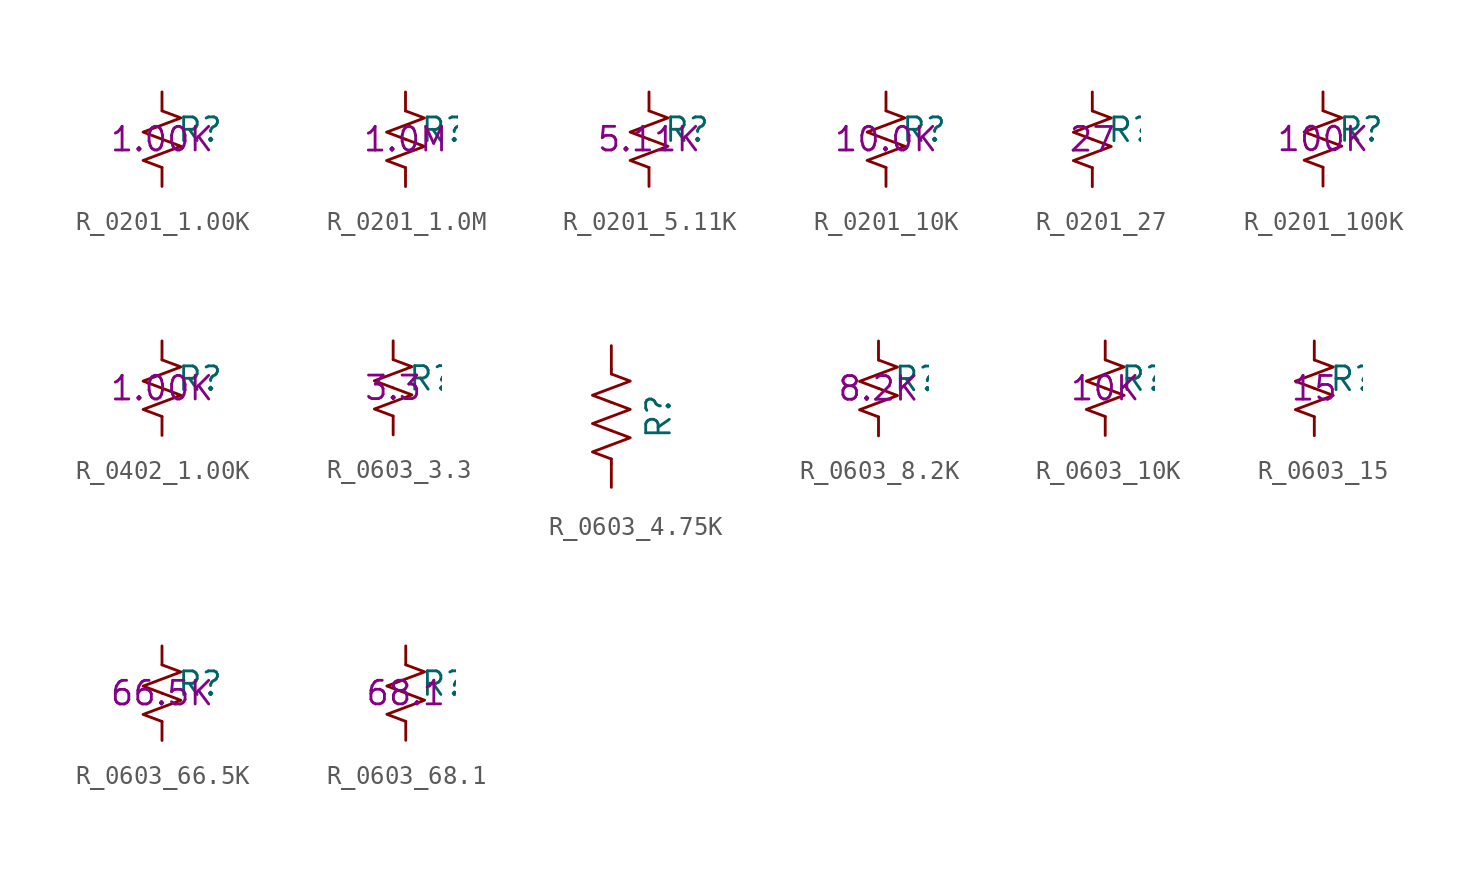
<source format=kicad_sym>
(kicad_symbol_lib
  (version 20211014)
  (generator kicad_symbol_editor)
  (symbol "R_0201_1.00K"
    (pin_numbers hide)
    (pin_names
      (offset 0.254) hide)
    (property "Reference" "R"
      (at 0.762 0.508 0)
      (effects (font (size 1.27 1.27)) (justify left)))
    (property "Val" "1.00K"
      (at 0 0 0)
      (effects (font (size 1.27 1.27))))
    (symbol "R_0201_1.00K_1_1"
      (polyline (pts (xy 0 0) (xy 1.016 -0.381) (xy 0 -0.762) (xy -1.016 -1.143) (xy 0 -1.524)) (stroke (width 0) (type default) (color 0 0 0 0)) (fill (type none)))
      (polyline (pts (xy 0 1.524) (xy 1.016 1.143) (xy 0 0.762) (xy -1.016 0.381) (xy 0 0)) (stroke (width 0) (type default) (color 0 0 0 0)) (fill (type none)))
      (pin passive line (at 0 2.54 270) (length 1.016) (name "~" (effects (font (size 1.27 1.27)))) (number "1" (effects (font (size 1.27 1.27)))))
      (pin passive line (at 0 -2.54 90) (length 1.016) (name "~" (effects (font (size 1.27 1.27)))) (number "2" (effects (font (size 1.27 1.27)))))))
  (symbol "R_0201_1.0M"
    (pin_numbers hide)
    (pin_names
      (offset 0.254) hide)
    (property "Reference" "R"
      (at 0.762 0.508 0)
      (effects (font (size 1.27 1.27)) (justify left)))
    (property "Val" "1.0M"
      (at 0 0 0)
      (effects (font (size 1.27 1.27))))
    (symbol "R_0201_1.0M_1_1"
      (polyline (pts (xy 0 0) (xy 1.016 -0.381) (xy 0 -0.762) (xy -1.016 -1.143) (xy 0 -1.524)) (stroke (width 0) (type default) (color 0 0 0 0)) (fill (type none)))
      (polyline (pts (xy 0 1.524) (xy 1.016 1.143) (xy 0 0.762) (xy -1.016 0.381) (xy 0 0)) (stroke (width 0) (type default) (color 0 0 0 0)) (fill (type none)))
      (pin passive line (at 0 2.54 270) (length 1.016) (name "~" (effects (font (size 1.27 1.27)))) (number "1" (effects (font (size 1.27 1.27)))))
      (pin passive line (at 0 -2.54 90) (length 1.016) (name "~" (effects (font (size 1.27 1.27)))) (number "2" (effects (font (size 1.27 1.27)))))))
  (symbol "R_0201_5.11K"
    (pin_numbers hide)
    (pin_names
      (offset 0.254) hide)
    (property "Reference" "R"
      (at 0.762 0.508 0)
      (effects (font (size 1.27 1.27)) (justify left)))
    (property "Val" "5.11K"
      (at 0 0 0)
      (effects (font (size 1.27 1.27))))
    (symbol "R_0201_5.11K_1_1"
      (polyline (pts (xy 0 0) (xy 1.016 -0.381) (xy 0 -0.762) (xy -1.016 -1.143) (xy 0 -1.524)) (stroke (width 0) (type default) (color 0 0 0 0)) (fill (type none)))
      (polyline (pts (xy 0 1.524) (xy 1.016 1.143) (xy 0 0.762) (xy -1.016 0.381) (xy 0 0)) (stroke (width 0) (type default) (color 0 0 0 0)) (fill (type none)))
      (pin passive line (at 0 2.54 270) (length 1.016) (name "~" (effects (font (size 1.27 1.27)))) (number "1" (effects (font (size 1.27 1.27)))))
      (pin passive line (at 0 -2.54 90) (length 1.016) (name "~" (effects (font (size 1.27 1.27)))) (number "2" (effects (font (size 1.27 1.27)))))))
  (symbol "R_0201_10K"
    (pin_numbers hide)
    (pin_names
      (offset 0.254) hide)
    (property "Reference" "R"
      (at 0.762 0.508 0)
      (effects (font (size 1.27 1.27)) (justify left)))
    (property "Val" "10.0K"
      (at 0 0 0)
      (effects (font (size 1.27 1.27))))
    (symbol "R_0201_10K_1_1"
      (polyline (pts (xy 0 0) (xy 1.016 -0.381) (xy 0 -0.762) (xy -1.016 -1.143) (xy 0 -1.524)) (stroke (width 0) (type default) (color 0 0 0 0)) (fill (type none)))
      (polyline (pts (xy 0 1.524) (xy 1.016 1.143) (xy 0 0.762) (xy -1.016 0.381) (xy 0 0)) (stroke (width 0) (type default) (color 0 0 0 0)) (fill (type none)))
      (pin passive line (at 0 2.54 270) (length 1.016) (name "~" (effects (font (size 1.27 1.27)))) (number "1" (effects (font (size 1.27 1.27)))))
      (pin passive line (at 0 -2.54 90) (length 1.016) (name "~" (effects (font (size 1.27 1.27)))) (number "2" (effects (font (size 1.27 1.27)))))))
  (symbol "R_0201_27"
    (pin_numbers hide)
    (pin_names
      (offset 0.254) hide)
    (property "Reference" "R"
      (at 0.762 0.508 0)
      (effects (font (size 1.27 1.27)) (justify left)))
    (property "Val" "27"
      (at 0 0 0)
      (effects (font (size 1.27 1.27))))
    (symbol "R_0201_27_1_1"
      (polyline (pts (xy 0 0) (xy 1.016 -0.381) (xy 0 -0.762) (xy -1.016 -1.143) (xy 0 -1.524)) (stroke (width 0) (type default) (color 0 0 0 0)) (fill (type none)))
      (polyline (pts (xy 0 1.524) (xy 1.016 1.143) (xy 0 0.762) (xy -1.016 0.381) (xy 0 0)) (stroke (width 0) (type default) (color 0 0 0 0)) (fill (type none)))
      (pin passive line (at 0 2.54 270) (length 1.016) (name "~" (effects (font (size 1.27 1.27)))) (number "1" (effects (font (size 1.27 1.27)))))
      (pin passive line (at 0 -2.54 90) (length 1.016) (name "~" (effects (font (size 1.27 1.27)))) (number "2" (effects (font (size 1.27 1.27)))))))
  (symbol "R_0201_100K"
    (pin_numbers hide)
    (pin_names
      (offset 0.254) hide)
    (property "Reference" "R"
      (at 0.762 0.508 0)
      (effects (font (size 1.27 1.27)) (justify left)))
    (property "Val" "100K"
      (at 0 0 0)
      (effects (font (size 1.27 1.27))))
    (symbol "R_0201_100K_1_1"
      (polyline (pts (xy 0 0) (xy 1.016 -0.381) (xy 0 -0.762) (xy -1.016 -1.143) (xy 0 -1.524)) (stroke (width 0) (type default) (color 0 0 0 0)) (fill (type none)))
      (polyline (pts (xy 0 1.524) (xy 1.016 1.143) (xy 0 0.762) (xy -1.016 0.381) (xy 0 0)) (stroke (width 0) (type default) (color 0 0 0 0)) (fill (type none)))
      (pin passive line (at 0 2.54 270) (length 1.016) (name "~" (effects (font (size 1.27 1.27)))) (number "1" (effects (font (size 1.27 1.27)))))
      (pin passive line (at 0 -2.54 90) (length 1.016) (name "~" (effects (font (size 1.27 1.27)))) (number "2" (effects (font (size 1.27 1.27)))))))
  (symbol "R_0402_1.00K"
    (pin_numbers hide)
    (pin_names
      (offset 0.254) hide)
    (property "Reference" "R"
      (at 0.762 0.508 0)
      (effects (font (size 1.27 1.27)) (justify left)))
    (property "Val" "1.00K"
      (at 0 0 0)
      (effects (font (size 1.27 1.27))))
    (symbol "R_0402_1.00K_1_1"
      (polyline (pts (xy 0 0) (xy 1.016 -0.381) (xy 0 -0.762) (xy -1.016 -1.143) (xy 0 -1.524)) (stroke (width 0) (type default) (color 0 0 0 0)) (fill (type none)))
      (polyline (pts (xy 0 1.524) (xy 1.016 1.143) (xy 0 0.762) (xy -1.016 0.381) (xy 0 0)) (stroke (width 0) (type default) (color 0 0 0 0)) (fill (type none)))
      (pin passive line (at 0 2.54 270) (length 1.016) (name "~" (effects (font (size 1.27 1.27)))) (number "1" (effects (font (size 1.27 1.27)))))
      (pin passive line (at 0 -2.54 90) (length 1.016) (name "~" (effects (font (size 1.27 1.27)))) (number "2" (effects (font (size 1.27 1.27)))))))
  (symbol "R_0603_3.3"
    (pin_numbers hide)
    (pin_names
      (offset 0.254) hide)
    (property "Reference" "R"
      (at 0.762 0.508 0)
      (effects (font (size 1.27 1.27)) (justify left)))
    (property "Val" "3.3"
      (at 0 0 0)
      (effects (font (size 1.27 1.27))))
    (symbol "R_0603_3.3_1_1"
      (polyline (pts (xy 0 0) (xy 1.016 -0.381) (xy 0 -0.762) (xy -1.016 -1.143) (xy 0 -1.524)) (stroke (width 0) (type default) (color 0 0 0 0)) (fill (type none)))
      (polyline (pts (xy 0 1.524) (xy 1.016 1.143) (xy 0 0.762) (xy -1.016 0.381) (xy 0 0)) (stroke (width 0) (type default) (color 0 0 0 0)) (fill (type none)))
      (pin passive line (at 0 2.54 270) (length 1.016) (name "~" (effects (font (size 1.27 1.27)))) (number "1" (effects (font (size 1.27 1.27)))))
      (pin passive line (at 0 -2.54 90) (length 1.016) (name "~" (effects (font (size 1.27 1.27)))) (number "2" (effects (font (size 1.27 1.27)))))))
  (symbol "R_0603_4.75K"
    (pin_numbers hide)
    (pin_names
      (offset 0))
    (property "Reference" "R"
      (at 2.54 0 90)
      (effects (font (size 1.27 1.27))))
    (symbol "R_0603_4.75K_0_1"
      (polyline (pts (xy 0 -2.286) (xy 0 -2.54)) (stroke (width 0) (type default) (color 0 0 0 0)) (fill (type none)))
      (polyline (pts (xy 0 2.286) (xy 0 2.54)) (stroke (width 0) (type default) (color 0 0 0 0)) (fill (type none)))
      (polyline (pts (xy 0 -0.762) (xy 1.016 -1.143) (xy 0 -1.524) (xy -1.016 -1.905) (xy 0 -2.286)) (stroke (width 0) (type default) (color 0 0 0 0)) (fill (type none)))
      (polyline (pts (xy 0 0.762) (xy 1.016 0.381) (xy 0 0) (xy -1.016 -0.381) (xy 0 -0.762)) (stroke (width 0) (type default) (color 0 0 0 0)) (fill (type none)))
      (polyline (pts (xy 0 2.286) (xy 1.016 1.905) (xy 0 1.524) (xy -1.016 1.143) (xy 0 0.762)) (stroke (width 0) (type default) (color 0 0 0 0)) (fill (type none))))
    (symbol "R_0603_4.75K_1_1"
      (pin passive line (at 0 3.81 270) (length 1.27) (name "~" (effects (font (size 1.27 1.27)))) (number "1" (effects (font (size 1.27 1.27)))))
      (pin passive line (at 0 -3.81 90) (length 1.27) (name "~" (effects (font (size 1.27 1.27)))) (number "2" (effects (font (size 1.27 1.27)))))))
  (symbol "R_0603_8.2K"
    (pin_numbers hide)
    (pin_names
      (offset 0.254) hide)
    (property "Reference" "R"
      (at 0.762 0.508 0)
      (effects (font (size 1.27 1.27)) (justify left)))
    (property "Val" "8.2K"
      (at 0 0 0)
      (effects (font (size 1.27 1.27))))
    (symbol "R_0603_8.2K_1_1"
      (polyline (pts (xy 0 0) (xy 1.016 -0.381) (xy 0 -0.762) (xy -1.016 -1.143) (xy 0 -1.524)) (stroke (width 0) (type default) (color 0 0 0 0)) (fill (type none)))
      (polyline (pts (xy 0 1.524) (xy 1.016 1.143) (xy 0 0.762) (xy -1.016 0.381) (xy 0 0)) (stroke (width 0) (type default) (color 0 0 0 0)) (fill (type none)))
      (pin passive line (at 0 2.54 270) (length 1.016) (name "~" (effects (font (size 1.27 1.27)))) (number "1" (effects (font (size 1.27 1.27)))))
      (pin passive line (at 0 -2.54 90) (length 1.016) (name "~" (effects (font (size 1.27 1.27)))) (number "2" (effects (font (size 1.27 1.27)))))))
  (symbol "R_0603_10K"
    (pin_numbers hide)
    (pin_names
      (offset 0.254) hide)
    (property "Reference" "R"
      (at 0.762 0.508 0)
      (effects (font (size 1.27 1.27)) (justify left)))
    (property "Val" "10K"
      (at 0 0 0)
      (effects (font (size 1.27 1.27))))
    (symbol "R_0603_10K_1_1"
      (polyline (pts (xy 0 0) (xy 1.016 -0.381) (xy 0 -0.762) (xy -1.016 -1.143) (xy 0 -1.524)) (stroke (width 0) (type default) (color 0 0 0 0)) (fill (type none)))
      (polyline (pts (xy 0 1.524) (xy 1.016 1.143) (xy 0 0.762) (xy -1.016 0.381) (xy 0 0)) (stroke (width 0) (type default) (color 0 0 0 0)) (fill (type none)))
      (pin passive line (at 0 2.54 270) (length 1.016) (name "~" (effects (font (size 1.27 1.27)))) (number "1" (effects (font (size 1.27 1.27)))))
      (pin passive line (at 0 -2.54 90) (length 1.016) (name "~" (effects (font (size 1.27 1.27)))) (number "2" (effects (font (size 1.27 1.27)))))))
  (symbol "R_0603_15"
    (pin_numbers hide)
    (pin_names
      (offset 0.254) hide)
    (property "Reference" "R"
      (at 0.762 0.508 0)
      (effects (font (size 1.27 1.27)) (justify left)))
    (property "Val" "15"
      (at 0 0 0)
      (effects (font (size 1.27 1.27))))
    (symbol "R_0603_15_1_1"
      (polyline (pts (xy 0 0) (xy 1.016 -0.381) (xy 0 -0.762) (xy -1.016 -1.143) (xy 0 -1.524)) (stroke (width 0) (type default) (color 0 0 0 0)) (fill (type none)))
      (polyline (pts (xy 0 1.524) (xy 1.016 1.143) (xy 0 0.762) (xy -1.016 0.381) (xy 0 0)) (stroke (width 0) (type default) (color 0 0 0 0)) (fill (type none)))
      (pin passive line (at 0 2.54 270) (length 1.016) (name "~" (effects (font (size 1.27 1.27)))) (number "1" (effects (font (size 1.27 1.27)))))
      (pin passive line (at 0 -2.54 90) (length 1.016) (name "~" (effects (font (size 1.27 1.27)))) (number "2" (effects (font (size 1.27 1.27)))))))
  (symbol "R_0603_66.5K"
    (pin_numbers hide)
    (pin_names
      (offset 0.254) hide)
    (property "Reference" "R"
      (at 0.762 0.508 0)
      (effects (font (size 1.27 1.27)) (justify left)))
    (property "Val" "66.5K"
      (at 0 0 0)
      (effects (font (size 1.27 1.27))))
    (symbol "R_0603_66.5K_1_1"
      (polyline (pts (xy 0 0) (xy 1.016 -0.381) (xy 0 -0.762) (xy -1.016 -1.143) (xy 0 -1.524)) (stroke (width 0) (type default) (color 0 0 0 0)) (fill (type none)))
      (polyline (pts (xy 0 1.524) (xy 1.016 1.143) (xy 0 0.762) (xy -1.016 0.381) (xy 0 0)) (stroke (width 0) (type default) (color 0 0 0 0)) (fill (type none)))
      (pin passive line (at 0 2.54 270) (length 1.016) (name "~" (effects (font (size 1.27 1.27)))) (number "1" (effects (font (size 1.27 1.27)))))
      (pin passive line (at 0 -2.54 90) (length 1.016) (name "~" (effects (font (size 1.27 1.27)))) (number "2" (effects (font (size 1.27 1.27)))))))
  (symbol "R_0603_68.1"
    (pin_numbers hide)
    (pin_names
      (offset 0.254) hide)
    (property "Reference" "R"
      (at 0.762 0.508 0)
      (effects (font (size 1.27 1.27)) (justify left)))
    (property "Val" "68.1"
      (at 0 0 0)
      (effects (font (size 1.27 1.27))))
    (symbol "R_0603_68.1_1_1"
      (polyline (pts (xy 0 0) (xy 1.016 -0.381) (xy 0 -0.762) (xy -1.016 -1.143) (xy 0 -1.524)) (stroke (width 0) (type default) (color 0 0 0 0)) (fill (type none)))
      (polyline (pts (xy 0 1.524) (xy 1.016 1.143) (xy 0 0.762) (xy -1.016 0.381) (xy 0 0)) (stroke (width 0) (type default) (color 0 0 0 0)) (fill (type none)))
      (pin passive line (at 0 2.54 270) (length 1.016) (name "~" (effects (font (size 1.27 1.27)))) (number "1" (effects (font (size 1.27 1.27)))))
      (pin passive line (at 0 -2.54 90) (length 1.016) (name "~" (effects (font (size 1.27 1.27)))) (number "2" (effects (font (size 1.27 1.27))))))))
</source>
